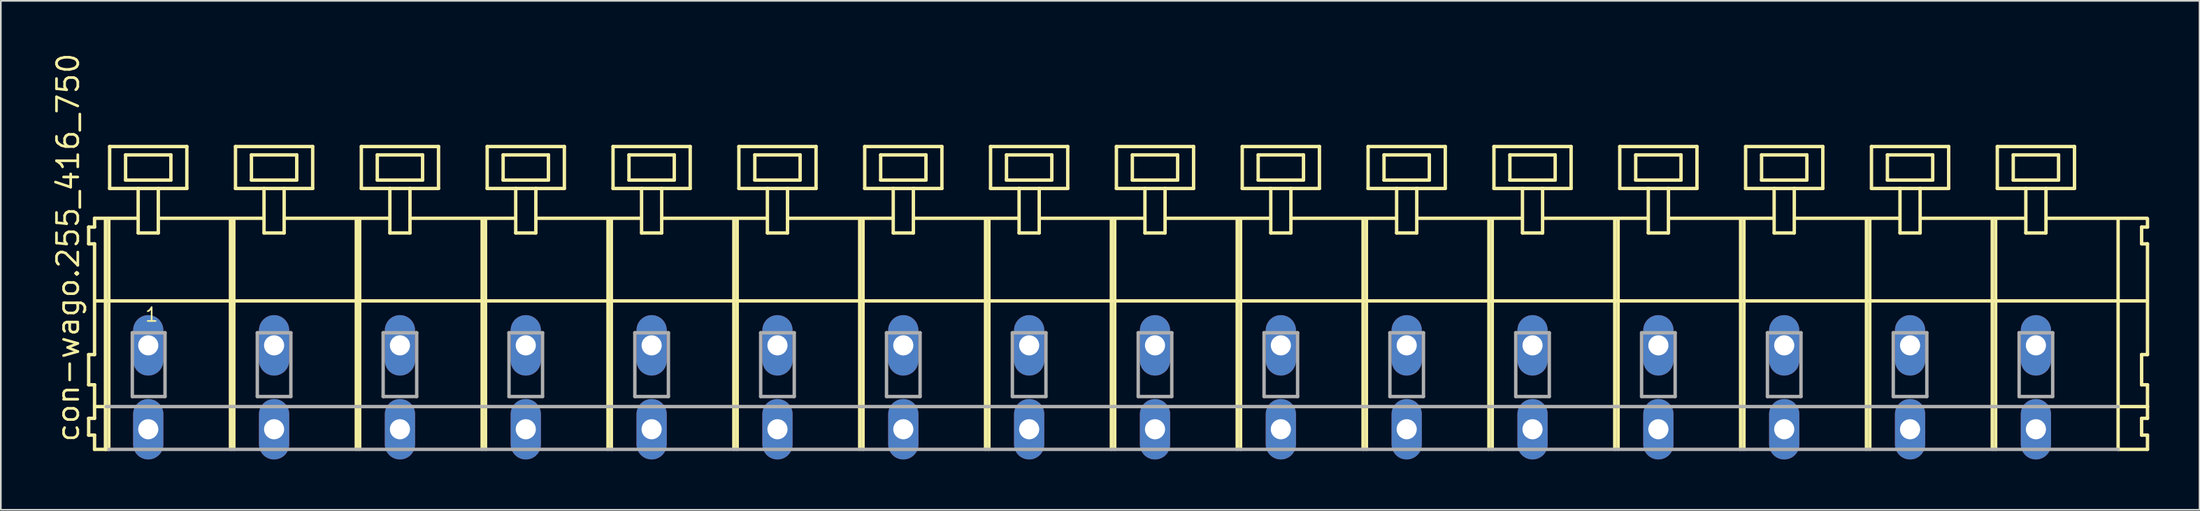
<source format=kicad_pcb>
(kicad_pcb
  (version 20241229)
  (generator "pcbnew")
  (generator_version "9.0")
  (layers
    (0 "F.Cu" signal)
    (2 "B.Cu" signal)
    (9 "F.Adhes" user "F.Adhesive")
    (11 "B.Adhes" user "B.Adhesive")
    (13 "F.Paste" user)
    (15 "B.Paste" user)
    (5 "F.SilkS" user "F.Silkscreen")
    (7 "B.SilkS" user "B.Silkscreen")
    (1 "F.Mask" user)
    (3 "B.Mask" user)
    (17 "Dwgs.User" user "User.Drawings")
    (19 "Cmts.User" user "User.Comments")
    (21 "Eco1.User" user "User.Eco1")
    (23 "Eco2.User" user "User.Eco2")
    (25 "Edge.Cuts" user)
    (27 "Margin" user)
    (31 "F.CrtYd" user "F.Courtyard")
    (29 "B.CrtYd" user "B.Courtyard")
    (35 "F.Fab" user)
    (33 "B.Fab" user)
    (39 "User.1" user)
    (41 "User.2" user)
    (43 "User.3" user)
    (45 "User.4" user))
  (footprint "con-wago.255_416_750"
    (layer "F.Cu")
    (at 63.285 17.533)
    (property "Reference" "con-wago.255_416_750" (at -61.535 5.855 90) (layer "F.SilkS") (effects (font (size 1.27 1.27) (thickness 0.16)) (justify left bottom)))
    (attr through_hole)
    (fp_line (start -61.05 -7.05) (end -61.05 -6.05) (stroke (width 0.203) (type default)) (layer "F.SilkS"))
    (fp_line (start -61.05 -6.05) (end -60.7 -6.05) (stroke (width 0.203) (type default)) (layer "F.SilkS"))
    (fp_line (start -61.05 0.55) (end -61.05 2.35) (stroke (width 0.203) (type default)) (layer "F.SilkS"))
    (fp_line (start -61.05 2.35) (end -60.7 2.35) (stroke (width 0.203) (type default)) (layer "F.SilkS"))
    (fp_line (start -61.05 4.35) (end -61.05 5.35) (stroke (width 0.203) (type default)) (layer "F.SilkS"))
    (fp_line (start -61.05 5.35) (end -60.7 5.35) (stroke (width 0.203) (type default)) (layer "F.SilkS"))
    (fp_line (start -60.7 -7.575) (end -60.7 -7.05) (stroke (width 0.203) (type default)) (layer "F.SilkS"))
    (fp_line (start -60.7 -7.575) (end -58.125 -7.575) (stroke (width 0.203) (type default)) (layer "F.SilkS"))
    (fp_line (start -60.7 -7.05) (end -61.05 -7.05) (stroke (width 0.203) (type default)) (layer "F.SilkS"))
    (fp_line (start -60.7 -6.05) (end -60.7 0.55) (stroke (width 0.203) (type default)) (layer "F.SilkS"))
    (fp_line (start -60.7 0.55) (end -61.05 0.55) (stroke (width 0.203) (type default)) (layer "F.SilkS"))
    (fp_line (start -60.7 2.35) (end -60.7 4.35) (stroke (width 0.203) (type default)) (layer "F.SilkS"))
    (fp_line (start -60.7 3.65) (end -60 3.65) (stroke (width 0.203) (type default)) (layer "F.SilkS"))
    (fp_line (start -60.7 4.35) (end -61.05 4.35) (stroke (width 0.203) (type default)) (layer "F.SilkS"))
    (fp_line (start -60.7 5.35) (end -60.7 6.2) (stroke (width 0.203) (type default)) (layer "F.SilkS"))
    (fp_line (start -60.7 6.2) (end -60.05 6.2) (stroke (width 0.203) (type default)) (layer "F.SilkS"))
    (fp_line (start -60.65 -2.65) (end 61.6 -2.65) (stroke (width 0.203) (type default)) (layer "F.SilkS"))
    (fp_line (start -60.05 -7.55) (end -60.05 6.2) (stroke (width 0.203) (type default)) (layer "F.SilkS"))
    (fp_line (start -60.05 6.2) (end -59.85 6.2) (stroke (width 0.203) (type default)) (layer "F.SilkS"))
    (fp_line (start -59.85 -7.55) (end -59.85 6.2) (stroke (width 0.203) (type default)) (layer "F.SilkS"))
    (fp_line (start -59.8 -11.85) (end -59.8 -9.35) (stroke (width 0.203) (type default)) (layer "F.SilkS"))
    (fp_line (start -59.8 -9.35) (end -58.1 -9.35) (stroke (width 0.203) (type default)) (layer "F.SilkS"))
    (fp_line (start -58.85 -11.35) (end -58.85 -9.85) (stroke (width 0.203) (type default)) (layer "F.SilkS"))
    (fp_line (start -58.85 -9.85) (end -56.15 -9.85) (stroke (width 0.203) (type default)) (layer "F.SilkS"))
    (fp_line (start -58.1 -9.35) (end -58.1 -6.7) (stroke (width 0.203) (type default)) (layer "F.SilkS"))
    (fp_line (start -58.1 -9.35) (end -56.9 -9.35) (stroke (width 0.203) (type default)) (layer "F.SilkS"))
    (fp_line (start -58.1 -6.7) (end -56.9 -6.7) (stroke (width 0.203) (type default)) (layer "F.SilkS"))
    (fp_line (start -56.9 -9.35) (end -55.2 -9.35) (stroke (width 0.203) (type default)) (layer "F.SilkS"))
    (fp_line (start -56.9 -6.7) (end -56.9 -9.35) (stroke (width 0.203) (type default)) (layer "F.SilkS"))
    (fp_line (start -56.825 -7.575) (end -50.625 -7.575) (stroke (width 0.203) (type default)) (layer "F.SilkS"))
    (fp_line (start -56.15 -11.35) (end -58.85 -11.35) (stroke (width 0.203) (type default)) (layer "F.SilkS"))
    (fp_line (start -56.15 -9.85) (end -56.15 -11.35) (stroke (width 0.203) (type default)) (layer "F.SilkS"))
    (fp_line (start -55.2 -11.85) (end -59.8 -11.85) (stroke (width 0.203) (type default)) (layer "F.SilkS"))
    (fp_line (start -55.2 -9.35) (end -55.2 -11.85) (stroke (width 0.203) (type default)) (layer "F.SilkS"))
    (fp_line (start -52.6 -7.55) (end -52.6 6.2) (stroke (width 0.203) (type default)) (layer "F.SilkS"))
    (fp_line (start -52.4 -7.55) (end -52.4 6.2) (stroke (width 0.203) (type default)) (layer "F.SilkS"))
    (fp_line (start -52.3 -11.85) (end -52.3 -9.35) (stroke (width 0.203) (type default)) (layer "F.SilkS"))
    (fp_line (start -52.3 -9.35) (end -50.6 -9.35) (stroke (width 0.203) (type default)) (layer "F.SilkS"))
    (fp_line (start -51.35 -11.35) (end -51.35 -9.85) (stroke (width 0.203) (type default)) (layer "F.SilkS"))
    (fp_line (start -51.35 -9.85) (end -48.65 -9.85) (stroke (width 0.203) (type default)) (layer "F.SilkS"))
    (fp_line (start -50.6 -9.35) (end -50.6 -6.7) (stroke (width 0.203) (type default)) (layer "F.SilkS"))
    (fp_line (start -50.6 -9.35) (end -49.4 -9.35) (stroke (width 0.203) (type default)) (layer "F.SilkS"))
    (fp_line (start -50.6 -6.7) (end -49.4 -6.7) (stroke (width 0.203) (type default)) (layer "F.SilkS"))
    (fp_line (start -49.4 -9.35) (end -47.7 -9.35) (stroke (width 0.203) (type default)) (layer "F.SilkS"))
    (fp_line (start -49.4 -6.7) (end -49.4 -9.35) (stroke (width 0.203) (type default)) (layer "F.SilkS"))
    (fp_line (start -49.325 -7.575) (end -43.125 -7.575) (stroke (width 0.203) (type default)) (layer "F.SilkS"))
    (fp_line (start -48.65 -11.35) (end -51.35 -11.35) (stroke (width 0.203) (type default)) (layer "F.SilkS"))
    (fp_line (start -48.65 -9.85) (end -48.65 -11.35) (stroke (width 0.203) (type default)) (layer "F.SilkS"))
    (fp_line (start -47.7 -11.85) (end -52.3 -11.85) (stroke (width 0.203) (type default)) (layer "F.SilkS"))
    (fp_line (start -47.7 -9.35) (end -47.7 -11.85) (stroke (width 0.203) (type default)) (layer "F.SilkS"))
    (fp_line (start -45.1 -7.55) (end -45.1 6.2) (stroke (width 0.203) (type default)) (layer "F.SilkS"))
    (fp_line (start -44.9 -7.55) (end -44.9 6.2) (stroke (width 0.203) (type default)) (layer "F.SilkS"))
    (fp_line (start -44.8 -11.85) (end -44.8 -9.35) (stroke (width 0.203) (type default)) (layer "F.SilkS"))
    (fp_line (start -44.8 -9.35) (end -43.1 -9.35) (stroke (width 0.203) (type default)) (layer "F.SilkS"))
    (fp_line (start -43.85 -11.35) (end -43.85 -9.85) (stroke (width 0.203) (type default)) (layer "F.SilkS"))
    (fp_line (start -43.85 -9.85) (end -41.15 -9.85) (stroke (width 0.203) (type default)) (layer "F.SilkS"))
    (fp_line (start -43.1 -9.35) (end -43.1 -6.7) (stroke (width 0.203) (type default)) (layer "F.SilkS"))
    (fp_line (start -43.1 -9.35) (end -41.9 -9.35) (stroke (width 0.203) (type default)) (layer "F.SilkS"))
    (fp_line (start -43.1 -6.7) (end -41.9 -6.7) (stroke (width 0.203) (type default)) (layer "F.SilkS"))
    (fp_line (start -41.9 -9.35) (end -40.2 -9.35) (stroke (width 0.203) (type default)) (layer "F.SilkS"))
    (fp_line (start -41.9 -6.7) (end -41.9 -9.35) (stroke (width 0.203) (type default)) (layer "F.SilkS"))
    (fp_line (start -41.825 -7.575) (end -35.625 -7.575) (stroke (width 0.203) (type default)) (layer "F.SilkS"))
    (fp_line (start -41.15 -11.35) (end -43.85 -11.35) (stroke (width 0.203) (type default)) (layer "F.SilkS"))
    (fp_line (start -41.15 -9.85) (end -41.15 -11.35) (stroke (width 0.203) (type default)) (layer "F.SilkS"))
    (fp_line (start -40.2 -11.85) (end -44.8 -11.85) (stroke (width 0.203) (type default)) (layer "F.SilkS"))
    (fp_line (start -40.2 -9.35) (end -40.2 -11.85) (stroke (width 0.203) (type default)) (layer "F.SilkS"))
    (fp_line (start -37.6 -7.55) (end -37.6 6.2) (stroke (width 0.203) (type default)) (layer "F.SilkS"))
    (fp_line (start -37.4 -7.55) (end -37.4 6.2) (stroke (width 0.203) (type default)) (layer "F.SilkS"))
    (fp_line (start -37.3 -11.85) (end -37.3 -9.35) (stroke (width 0.203) (type default)) (layer "F.SilkS"))
    (fp_line (start -37.3 -9.35) (end -35.6 -9.35) (stroke (width 0.203) (type default)) (layer "F.SilkS"))
    (fp_line (start -36.35 -11.35) (end -36.35 -9.85) (stroke (width 0.203) (type default)) (layer "F.SilkS"))
    (fp_line (start -36.35 -9.85) (end -33.65 -9.85) (stroke (width 0.203) (type default)) (layer "F.SilkS"))
    (fp_line (start -35.6 -9.35) (end -35.6 -6.7) (stroke (width 0.203) (type default)) (layer "F.SilkS"))
    (fp_line (start -35.6 -9.35) (end -34.4 -9.35) (stroke (width 0.203) (type default)) (layer "F.SilkS"))
    (fp_line (start -35.6 -6.7) (end -34.4 -6.7) (stroke (width 0.203) (type default)) (layer "F.SilkS"))
    (fp_line (start -34.4 -9.35) (end -32.7 -9.35) (stroke (width 0.203) (type default)) (layer "F.SilkS"))
    (fp_line (start -34.4 -6.7) (end -34.4 -9.35) (stroke (width 0.203) (type default)) (layer "F.SilkS"))
    (fp_line (start -34.325 -7.575) (end -28.125 -7.575) (stroke (width 0.203) (type default)) (layer "F.SilkS"))
    (fp_line (start -33.65 -11.35) (end -36.35 -11.35) (stroke (width 0.203) (type default)) (layer "F.SilkS"))
    (fp_line (start -33.65 -9.85) (end -33.65 -11.35) (stroke (width 0.203) (type default)) (layer "F.SilkS"))
    (fp_line (start -32.7 -11.85) (end -37.3 -11.85) (stroke (width 0.203) (type default)) (layer "F.SilkS"))
    (fp_line (start -32.7 -9.35) (end -32.7 -11.85) (stroke (width 0.203) (type default)) (layer "F.SilkS"))
    (fp_line (start -30.1 -7.55) (end -30.1 6.2) (stroke (width 0.203) (type default)) (layer "F.SilkS"))
    (fp_line (start -29.9 -7.55) (end -29.9 6.2) (stroke (width 0.203) (type default)) (layer "F.SilkS"))
    (fp_line (start -29.8 -11.85) (end -29.8 -9.35) (stroke (width 0.203) (type default)) (layer "F.SilkS"))
    (fp_line (start -29.8 -9.35) (end -28.1 -9.35) (stroke (width 0.203) (type default)) (layer "F.SilkS"))
    (fp_line (start -28.85 -11.35) (end -28.85 -9.85) (stroke (width 0.203) (type default)) (layer "F.SilkS"))
    (fp_line (start -28.85 -9.85) (end -26.15 -9.85) (stroke (width 0.203) (type default)) (layer "F.SilkS"))
    (fp_line (start -28.1 -9.35) (end -28.1 -6.7) (stroke (width 0.203) (type default)) (layer "F.SilkS"))
    (fp_line (start -28.1 -9.35) (end -26.9 -9.35) (stroke (width 0.203) (type default)) (layer "F.SilkS"))
    (fp_line (start -28.1 -6.7) (end -26.9 -6.7) (stroke (width 0.203) (type default)) (layer "F.SilkS"))
    (fp_line (start -26.9 -9.35) (end -25.2 -9.35) (stroke (width 0.203) (type default)) (layer "F.SilkS"))
    (fp_line (start -26.9 -6.7) (end -26.9 -9.35) (stroke (width 0.203) (type default)) (layer "F.SilkS"))
    (fp_line (start -26.825 -7.575) (end -20.625 -7.575) (stroke (width 0.203) (type default)) (layer "F.SilkS"))
    (fp_line (start -26.15 -11.35) (end -28.85 -11.35) (stroke (width 0.203) (type default)) (layer "F.SilkS"))
    (fp_line (start -26.15 -9.85) (end -26.15 -11.35) (stroke (width 0.203) (type default)) (layer "F.SilkS"))
    (fp_line (start -25.2 -11.85) (end -29.8 -11.85) (stroke (width 0.203) (type default)) (layer "F.SilkS"))
    (fp_line (start -25.2 -9.35) (end -25.2 -11.85) (stroke (width 0.203) (type default)) (layer "F.SilkS"))
    (fp_line (start -22.6 -7.55) (end -22.6 6.2) (stroke (width 0.203) (type default)) (layer "F.SilkS"))
    (fp_line (start -22.4 -7.55) (end -22.4 6.2) (stroke (width 0.203) (type default)) (layer "F.SilkS"))
    (fp_line (start -22.3 -11.85) (end -22.3 -9.35) (stroke (width 0.203) (type default)) (layer "F.SilkS"))
    (fp_line (start -22.3 -9.35) (end -20.6 -9.35) (stroke (width 0.203) (type default)) (layer "F.SilkS"))
    (fp_line (start -21.35 -11.35) (end -21.35 -9.85) (stroke (width 0.203) (type default)) (layer "F.SilkS"))
    (fp_line (start -21.35 -9.85) (end -18.65 -9.85) (stroke (width 0.203) (type default)) (layer "F.SilkS"))
    (fp_line (start -20.6 -9.35) (end -20.6 -6.7) (stroke (width 0.203) (type default)) (layer "F.SilkS"))
    (fp_line (start -20.6 -9.35) (end -19.4 -9.35) (stroke (width 0.203) (type default)) (layer "F.SilkS"))
    (fp_line (start -20.6 -6.7) (end -19.4 -6.7) (stroke (width 0.203) (type default)) (layer "F.SilkS"))
    (fp_line (start -19.4 -9.35) (end -17.7 -9.35) (stroke (width 0.203) (type default)) (layer "F.SilkS"))
    (fp_line (start -19.4 -6.7) (end -19.4 -9.35) (stroke (width 0.203) (type default)) (layer "F.SilkS"))
    (fp_line (start -19.325 -7.575) (end -13.125 -7.575) (stroke (width 0.203) (type default)) (layer "F.SilkS"))
    (fp_line (start -18.65 -11.35) (end -21.35 -11.35) (stroke (width 0.203) (type default)) (layer "F.SilkS"))
    (fp_line (start -18.65 -9.85) (end -18.65 -11.35) (stroke (width 0.203) (type default)) (layer "F.SilkS"))
    (fp_line (start -17.7 -11.85) (end -22.3 -11.85) (stroke (width 0.203) (type default)) (layer "F.SilkS"))
    (fp_line (start -17.7 -9.35) (end -17.7 -11.85) (stroke (width 0.203) (type default)) (layer "F.SilkS"))
    (fp_line (start -15.1 -7.55) (end -15.1 6.2) (stroke (width 0.203) (type default)) (layer "F.SilkS"))
    (fp_line (start -14.9 -7.55) (end -14.9 6.2) (stroke (width 0.203) (type default)) (layer "F.SilkS"))
    (fp_line (start -14.8 -11.85) (end -14.8 -9.35) (stroke (width 0.203) (type default)) (layer "F.SilkS"))
    (fp_line (start -14.8 -9.35) (end -13.1 -9.35) (stroke (width 0.203) (type default)) (layer "F.SilkS"))
    (fp_line (start -13.85 -11.35) (end -13.85 -9.85) (stroke (width 0.203) (type default)) (layer "F.SilkS"))
    (fp_line (start -13.85 -9.85) (end -11.15 -9.85) (stroke (width 0.203) (type default)) (layer "F.SilkS"))
    (fp_line (start -13.1 -9.35) (end -13.1 -6.7) (stroke (width 0.203) (type default)) (layer "F.SilkS"))
    (fp_line (start -13.1 -9.35) (end -11.9 -9.35) (stroke (width 0.203) (type default)) (layer "F.SilkS"))
    (fp_line (start -13.1 -6.7) (end -11.9 -6.7) (stroke (width 0.203) (type default)) (layer "F.SilkS"))
    (fp_line (start -11.9 -9.35) (end -10.2 -9.35) (stroke (width 0.203) (type default)) (layer "F.SilkS"))
    (fp_line (start -11.9 -6.7) (end -11.9 -9.35) (stroke (width 0.203) (type default)) (layer "F.SilkS"))
    (fp_line (start -11.825 -7.575) (end -5.625 -7.575) (stroke (width 0.203) (type default)) (layer "F.SilkS"))
    (fp_line (start -11.15 -11.35) (end -13.85 -11.35) (stroke (width 0.203) (type default)) (layer "F.SilkS"))
    (fp_line (start -11.15 -9.85) (end -11.15 -11.35) (stroke (width 0.203) (type default)) (layer "F.SilkS"))
    (fp_line (start -10.2 -11.85) (end -14.8 -11.85) (stroke (width 0.203) (type default)) (layer "F.SilkS"))
    (fp_line (start -10.2 -9.35) (end -10.2 -11.85) (stroke (width 0.203) (type default)) (layer "F.SilkS"))
    (fp_line (start -7.6 -7.55) (end -7.6 6.2) (stroke (width 0.203) (type default)) (layer "F.SilkS"))
    (fp_line (start -7.4 -7.55) (end -7.4 6.2) (stroke (width 0.203) (type default)) (layer "F.SilkS"))
    (fp_line (start -7.3 -11.85) (end -7.3 -9.35) (stroke (width 0.203) (type default)) (layer "F.SilkS"))
    (fp_line (start -7.3 -9.35) (end -5.6 -9.35) (stroke (width 0.203) (type default)) (layer "F.SilkS"))
    (fp_line (start -6.35 -11.35) (end -6.35 -9.85) (stroke (width 0.203) (type default)) (layer "F.SilkS"))
    (fp_line (start -6.35 -9.85) (end -3.65 -9.85) (stroke (width 0.203) (type default)) (layer "F.SilkS"))
    (fp_line (start -5.6 -9.35) (end -5.6 -6.7) (stroke (width 0.203) (type default)) (layer "F.SilkS"))
    (fp_line (start -5.6 -9.35) (end -4.4 -9.35) (stroke (width 0.203) (type default)) (layer "F.SilkS"))
    (fp_line (start -5.6 -6.7) (end -4.4 -6.7) (stroke (width 0.203) (type default)) (layer "F.SilkS"))
    (fp_line (start -4.4 -9.35) (end -2.7 -9.35) (stroke (width 0.203) (type default)) (layer "F.SilkS"))
    (fp_line (start -4.4 -6.7) (end -4.4 -9.35) (stroke (width 0.203) (type default)) (layer "F.SilkS"))
    (fp_line (start -4.325 -7.575) (end 1.875 -7.575) (stroke (width 0.203) (type default)) (layer "F.SilkS"))
    (fp_line (start -3.65 -11.35) (end -6.35 -11.35) (stroke (width 0.203) (type default)) (layer "F.SilkS"))
    (fp_line (start -3.65 -9.85) (end -3.65 -11.35) (stroke (width 0.203) (type default)) (layer "F.SilkS"))
    (fp_line (start -2.7 -11.85) (end -7.3 -11.85) (stroke (width 0.203) (type default)) (layer "F.SilkS"))
    (fp_line (start -2.7 -9.35) (end -2.7 -11.85) (stroke (width 0.203) (type default)) (layer "F.SilkS"))
    (fp_line (start -0.1 -7.55) (end -0.1 6.2) (stroke (width 0.203) (type default)) (layer "F.SilkS"))
    (fp_line (start 0.1 -7.55) (end 0.1 6.2) (stroke (width 0.203) (type default)) (layer "F.SilkS"))
    (fp_line (start 0.2 -11.85) (end 0.2 -9.35) (stroke (width 0.203) (type default)) (layer "F.SilkS"))
    (fp_line (start 0.2 -9.35) (end 1.9 -9.35) (stroke (width 0.203) (type default)) (layer "F.SilkS"))
    (fp_line (start 1.15 -11.35) (end 1.15 -9.85) (stroke (width 0.203) (type default)) (layer "F.SilkS"))
    (fp_line (start 1.15 -9.85) (end 3.85 -9.85) (stroke (width 0.203) (type default)) (layer "F.SilkS"))
    (fp_line (start 1.9 -9.35) (end 1.9 -6.7) (stroke (width 0.203) (type default)) (layer "F.SilkS"))
    (fp_line (start 1.9 -9.35) (end 3.1 -9.35) (stroke (width 0.203) (type default)) (layer "F.SilkS"))
    (fp_line (start 1.9 -6.7) (end 3.1 -6.7) (stroke (width 0.203) (type default)) (layer "F.SilkS"))
    (fp_line (start 3.1 -9.35) (end 4.8 -9.35) (stroke (width 0.203) (type default)) (layer "F.SilkS"))
    (fp_line (start 3.1 -6.7) (end 3.1 -9.35) (stroke (width 0.203) (type default)) (layer "F.SilkS"))
    (fp_line (start 3.175 -7.575) (end 9.375 -7.575) (stroke (width 0.203) (type default)) (layer "F.SilkS"))
    (fp_line (start 3.85 -11.35) (end 1.15 -11.35) (stroke (width 0.203) (type default)) (layer "F.SilkS"))
    (fp_line (start 3.85 -9.85) (end 3.85 -11.35) (stroke (width 0.203) (type default)) (layer "F.SilkS"))
    (fp_line (start 4.8 -11.85) (end 0.2 -11.85) (stroke (width 0.203) (type default)) (layer "F.SilkS"))
    (fp_line (start 4.8 -9.35) (end 4.8 -11.85) (stroke (width 0.203) (type default)) (layer "F.SilkS"))
    (fp_line (start 7.4 -7.55) (end 7.4 6.2) (stroke (width 0.203) (type default)) (layer "F.SilkS"))
    (fp_line (start 7.6 -7.55) (end 7.6 6.2) (stroke (width 0.203) (type default)) (layer "F.SilkS"))
    (fp_line (start 7.7 -11.85) (end 7.7 -9.35) (stroke (width 0.203) (type default)) (layer "F.SilkS"))
    (fp_line (start 7.7 -9.35) (end 9.4 -9.35) (stroke (width 0.203) (type default)) (layer "F.SilkS"))
    (fp_line (start 8.65 -11.35) (end 8.65 -9.85) (stroke (width 0.203) (type default)) (layer "F.SilkS"))
    (fp_line (start 8.65 -9.85) (end 11.35 -9.85) (stroke (width 0.203) (type default)) (layer "F.SilkS"))
    (fp_line (start 9.4 -9.35) (end 9.4 -6.7) (stroke (width 0.203) (type default)) (layer "F.SilkS"))
    (fp_line (start 9.4 -9.35) (end 10.6 -9.35) (stroke (width 0.203) (type default)) (layer "F.SilkS"))
    (fp_line (start 9.4 -6.7) (end 10.6 -6.7) (stroke (width 0.203) (type default)) (layer "F.SilkS"))
    (fp_line (start 10.6 -9.35) (end 12.3 -9.35) (stroke (width 0.203) (type default)) (layer "F.SilkS"))
    (fp_line (start 10.6 -6.7) (end 10.6 -9.35) (stroke (width 0.203) (type default)) (layer "F.SilkS"))
    (fp_line (start 10.675 -7.575) (end 16.875 -7.575) (stroke (width 0.203) (type default)) (layer "F.SilkS"))
    (fp_line (start 11.35 -11.35) (end 8.65 -11.35) (stroke (width 0.203) (type default)) (layer "F.SilkS"))
    (fp_line (start 11.35 -9.85) (end 11.35 -11.35) (stroke (width 0.203) (type default)) (layer "F.SilkS"))
    (fp_line (start 12.3 -11.85) (end 7.7 -11.85) (stroke (width 0.203) (type default)) (layer "F.SilkS"))
    (fp_line (start 12.3 -9.35) (end 12.3 -11.85) (stroke (width 0.203) (type default)) (layer "F.SilkS"))
    (fp_line (start 14.9 -7.55) (end 14.9 6.2) (stroke (width 0.203) (type default)) (layer "F.SilkS"))
    (fp_line (start 15.1 -7.55) (end 15.1 6.2) (stroke (width 0.203) (type default)) (layer "F.SilkS"))
    (fp_line (start 15.2 -11.85) (end 15.2 -9.35) (stroke (width 0.203) (type default)) (layer "F.SilkS"))
    (fp_line (start 15.2 -9.35) (end 16.9 -9.35) (stroke (width 0.203) (type default)) (layer "F.SilkS"))
    (fp_line (start 16.15 -11.35) (end 16.15 -9.85) (stroke (width 0.203) (type default)) (layer "F.SilkS"))
    (fp_line (start 16.15 -9.85) (end 18.85 -9.85) (stroke (width 0.203) (type default)) (layer "F.SilkS"))
    (fp_line (start 16.9 -9.35) (end 16.9 -6.7) (stroke (width 0.203) (type default)) (layer "F.SilkS"))
    (fp_line (start 16.9 -9.35) (end 18.1 -9.35) (stroke (width 0.203) (type default)) (layer "F.SilkS"))
    (fp_line (start 16.9 -6.7) (end 18.1 -6.7) (stroke (width 0.203) (type default)) (layer "F.SilkS"))
    (fp_line (start 18.1 -9.35) (end 19.8 -9.35) (stroke (width 0.203) (type default)) (layer "F.SilkS"))
    (fp_line (start 18.1 -6.7) (end 18.1 -9.35) (stroke (width 0.203) (type default)) (layer "F.SilkS"))
    (fp_line (start 18.175 -7.575) (end 24.375 -7.575) (stroke (width 0.203) (type default)) (layer "F.SilkS"))
    (fp_line (start 18.85 -11.35) (end 16.15 -11.35) (stroke (width 0.203) (type default)) (layer "F.SilkS"))
    (fp_line (start 18.85 -9.85) (end 18.85 -11.35) (stroke (width 0.203) (type default)) (layer "F.SilkS"))
    (fp_line (start 19.8 -11.85) (end 15.2 -11.85) (stroke (width 0.203) (type default)) (layer "F.SilkS"))
    (fp_line (start 19.8 -9.35) (end 19.8 -11.85) (stroke (width 0.203) (type default)) (layer "F.SilkS"))
    (fp_line (start 22.4 -7.55) (end 22.4 6.2) (stroke (width 0.203) (type default)) (layer "F.SilkS"))
    (fp_line (start 22.6 -7.55) (end 22.6 6.2) (stroke (width 0.203) (type default)) (layer "F.SilkS"))
    (fp_line (start 22.7 -11.85) (end 22.7 -9.35) (stroke (width 0.203) (type default)) (layer "F.SilkS"))
    (fp_line (start 22.7 -9.35) (end 24.4 -9.35) (stroke (width 0.203) (type default)) (layer "F.SilkS"))
    (fp_line (start 23.65 -11.35) (end 23.65 -9.85) (stroke (width 0.203) (type default)) (layer "F.SilkS"))
    (fp_line (start 23.65 -9.85) (end 26.35 -9.85) (stroke (width 0.203) (type default)) (layer "F.SilkS"))
    (fp_line (start 24.4 -9.35) (end 24.4 -6.7) (stroke (width 0.203) (type default)) (layer "F.SilkS"))
    (fp_line (start 24.4 -9.35) (end 25.6 -9.35) (stroke (width 0.203) (type default)) (layer "F.SilkS"))
    (fp_line (start 24.4 -6.7) (end 25.6 -6.7) (stroke (width 0.203) (type default)) (layer "F.SilkS"))
    (fp_line (start 25.6 -9.35) (end 27.3 -9.35) (stroke (width 0.203) (type default)) (layer "F.SilkS"))
    (fp_line (start 25.6 -6.7) (end 25.6 -9.35) (stroke (width 0.203) (type default)) (layer "F.SilkS"))
    (fp_line (start 25.675 -7.575) (end 31.875 -7.575) (stroke (width 0.203) (type default)) (layer "F.SilkS"))
    (fp_line (start 26.35 -11.35) (end 23.65 -11.35) (stroke (width 0.203) (type default)) (layer "F.SilkS"))
    (fp_line (start 26.35 -9.85) (end 26.35 -11.35) (stroke (width 0.203) (type default)) (layer "F.SilkS"))
    (fp_line (start 27.3 -11.85) (end 22.7 -11.85) (stroke (width 0.203) (type default)) (layer "F.SilkS"))
    (fp_line (start 27.3 -9.35) (end 27.3 -11.85) (stroke (width 0.203) (type default)) (layer "F.SilkS"))
    (fp_line (start 29.9 -7.55) (end 29.9 6.2) (stroke (width 0.203) (type default)) (layer "F.SilkS"))
    (fp_line (start 30.1 -7.55) (end 30.1 6.2) (stroke (width 0.203) (type default)) (layer "F.SilkS"))
    (fp_line (start 30.2 -11.85) (end 30.2 -9.35) (stroke (width 0.203) (type default)) (layer "F.SilkS"))
    (fp_line (start 30.2 -9.35) (end 31.9 -9.35) (stroke (width 0.203) (type default)) (layer "F.SilkS"))
    (fp_line (start 31.15 -11.35) (end 31.15 -9.85) (stroke (width 0.203) (type default)) (layer "F.SilkS"))
    (fp_line (start 31.15 -9.85) (end 33.85 -9.85) (stroke (width 0.203) (type default)) (layer "F.SilkS"))
    (fp_line (start 31.9 -9.35) (end 31.9 -6.7) (stroke (width 0.203) (type default)) (layer "F.SilkS"))
    (fp_line (start 31.9 -9.35) (end 33.1 -9.35) (stroke (width 0.203) (type default)) (layer "F.SilkS"))
    (fp_line (start 31.9 -6.7) (end 33.1 -6.7) (stroke (width 0.203) (type default)) (layer "F.SilkS"))
    (fp_line (start 33.1 -9.35) (end 34.8 -9.35) (stroke (width 0.203) (type default)) (layer "F.SilkS"))
    (fp_line (start 33.1 -6.7) (end 33.1 -9.35) (stroke (width 0.203) (type default)) (layer "F.SilkS"))
    (fp_line (start 33.175 -7.575) (end 39.375 -7.575) (stroke (width 0.203) (type default)) (layer "F.SilkS"))
    (fp_line (start 33.85 -11.35) (end 31.15 -11.35) (stroke (width 0.203) (type default)) (layer "F.SilkS"))
    (fp_line (start 33.85 -9.85) (end 33.85 -11.35) (stroke (width 0.203) (type default)) (layer "F.SilkS"))
    (fp_line (start 34.8 -11.85) (end 30.2 -11.85) (stroke (width 0.203) (type default)) (layer "F.SilkS"))
    (fp_line (start 34.8 -9.35) (end 34.8 -11.85) (stroke (width 0.203) (type default)) (layer "F.SilkS"))
    (fp_line (start 37.4 -7.55) (end 37.4 6.2) (stroke (width 0.203) (type default)) (layer "F.SilkS"))
    (fp_line (start 37.6 -7.55) (end 37.6 6.2) (stroke (width 0.203) (type default)) (layer "F.SilkS"))
    (fp_line (start 37.7 -11.85) (end 37.7 -9.35) (stroke (width 0.203) (type default)) (layer "F.SilkS"))
    (fp_line (start 37.7 -9.35) (end 39.4 -9.35) (stroke (width 0.203) (type default)) (layer "F.SilkS"))
    (fp_line (start 38.65 -11.35) (end 38.65 -9.85) (stroke (width 0.203) (type default)) (layer "F.SilkS"))
    (fp_line (start 38.65 -9.85) (end 41.35 -9.85) (stroke (width 0.203) (type default)) (layer "F.SilkS"))
    (fp_line (start 39.4 -9.35) (end 39.4 -6.7) (stroke (width 0.203) (type default)) (layer "F.SilkS"))
    (fp_line (start 39.4 -9.35) (end 40.6 -9.35) (stroke (width 0.203) (type default)) (layer "F.SilkS"))
    (fp_line (start 39.4 -6.7) (end 40.6 -6.7) (stroke (width 0.203) (type default)) (layer "F.SilkS"))
    (fp_line (start 40.6 -9.35) (end 42.3 -9.35) (stroke (width 0.203) (type default)) (layer "F.SilkS"))
    (fp_line (start 40.6 -6.7) (end 40.6 -9.35) (stroke (width 0.203) (type default)) (layer "F.SilkS"))
    (fp_line (start 40.675 -7.575) (end 46.875 -7.575) (stroke (width 0.203) (type default)) (layer "F.SilkS"))
    (fp_line (start 41.35 -11.35) (end 38.65 -11.35) (stroke (width 0.203) (type default)) (layer "F.SilkS"))
    (fp_line (start 41.35 -9.85) (end 41.35 -11.35) (stroke (width 0.203) (type default)) (layer "F.SilkS"))
    (fp_line (start 42.3 -11.85) (end 37.7 -11.85) (stroke (width 0.203) (type default)) (layer "F.SilkS"))
    (fp_line (start 42.3 -9.35) (end 42.3 -11.85) (stroke (width 0.203) (type default)) (layer "F.SilkS"))
    (fp_line (start 44.9 -7.55) (end 44.9 6.2) (stroke (width 0.203) (type default)) (layer "F.SilkS"))
    (fp_line (start 45.1 -7.55) (end 45.1 6.2) (stroke (width 0.203) (type default)) (layer "F.SilkS"))
    (fp_line (start 45.2 -11.85) (end 45.2 -9.35) (stroke (width 0.203) (type default)) (layer "F.SilkS"))
    (fp_line (start 45.2 -9.35) (end 46.9 -9.35) (stroke (width 0.203) (type default)) (layer "F.SilkS"))
    (fp_line (start 46.15 -11.35) (end 46.15 -9.85) (stroke (width 0.203) (type default)) (layer "F.SilkS"))
    (fp_line (start 46.15 -9.85) (end 48.85 -9.85) (stroke (width 0.203) (type default)) (layer "F.SilkS"))
    (fp_line (start 46.9 -9.35) (end 46.9 -6.7) (stroke (width 0.203) (type default)) (layer "F.SilkS"))
    (fp_line (start 46.9 -9.35) (end 48.1 -9.35) (stroke (width 0.203) (type default)) (layer "F.SilkS"))
    (fp_line (start 46.9 -6.7) (end 48.1 -6.7) (stroke (width 0.203) (type default)) (layer "F.SilkS"))
    (fp_line (start 48.1 -9.35) (end 49.8 -9.35) (stroke (width 0.203) (type default)) (layer "F.SilkS"))
    (fp_line (start 48.1 -6.7) (end 48.1 -9.35) (stroke (width 0.203) (type default)) (layer "F.SilkS"))
    (fp_line (start 48.175 -7.575) (end 54.375 -7.575) (stroke (width 0.203) (type default)) (layer "F.SilkS"))
    (fp_line (start 48.85 -11.35) (end 46.15 -11.35) (stroke (width 0.203) (type default)) (layer "F.SilkS"))
    (fp_line (start 48.85 -9.85) (end 48.85 -11.35) (stroke (width 0.203) (type default)) (layer "F.SilkS"))
    (fp_line (start 49.8 -11.85) (end 45.2 -11.85) (stroke (width 0.203) (type default)) (layer "F.SilkS"))
    (fp_line (start 49.8 -9.35) (end 49.8 -11.85) (stroke (width 0.203) (type default)) (layer "F.SilkS"))
    (fp_line (start 52.4 -7.55) (end 52.4 6.2) (stroke (width 0.203) (type default)) (layer "F.SilkS"))
    (fp_line (start 52.6 -7.55) (end 52.6 6.2) (stroke (width 0.203) (type default)) (layer "F.SilkS"))
    (fp_line (start 52.7 -11.85) (end 52.7 -9.35) (stroke (width 0.203) (type default)) (layer "F.SilkS"))
    (fp_line (start 52.7 -9.35) (end 54.4 -9.35) (stroke (width 0.203) (type default)) (layer "F.SilkS"))
    (fp_line (start 53.65 -11.35) (end 53.65 -9.85) (stroke (width 0.203) (type default)) (layer "F.SilkS"))
    (fp_line (start 53.65 -9.85) (end 56.35 -9.85) (stroke (width 0.203) (type default)) (layer "F.SilkS"))
    (fp_line (start 54.4 -9.35) (end 54.4 -6.7) (stroke (width 0.203) (type default)) (layer "F.SilkS"))
    (fp_line (start 54.4 -9.35) (end 55.6 -9.35) (stroke (width 0.203) (type default)) (layer "F.SilkS"))
    (fp_line (start 54.4 -6.7) (end 55.6 -6.7) (stroke (width 0.203) (type default)) (layer "F.SilkS"))
    (fp_line (start 55.6 -9.35) (end 57.3 -9.35) (stroke (width 0.203) (type default)) (layer "F.SilkS"))
    (fp_line (start 55.6 -6.7) (end 55.6 -9.35) (stroke (width 0.203) (type default)) (layer "F.SilkS"))
    (fp_line (start 55.625 -7.575) (end 61.625 -7.575) (stroke (width 0.203) (type default)) (layer "F.SilkS"))
    (fp_line (start 56.35 -11.35) (end 53.65 -11.35) (stroke (width 0.203) (type default)) (layer "F.SilkS"))
    (fp_line (start 56.35 -9.85) (end 56.35 -11.35) (stroke (width 0.203) (type default)) (layer "F.SilkS"))
    (fp_line (start 57.3 -11.85) (end 52.7 -11.85) (stroke (width 0.203) (type default)) (layer "F.SilkS"))
    (fp_line (start 57.3 -9.35) (end 57.3 -11.85) (stroke (width 0.203) (type default)) (layer "F.SilkS"))
    (fp_line (start 59.9 -7.55) (end 59.9 6.2) (stroke (width 0.203) (type default)) (layer "F.SilkS"))
    (fp_line (start 59.9 6.2) (end 61.65 6.2) (stroke (width 0.203) (type default)) (layer "F.SilkS"))
    (fp_line (start 59.95 3.65) (end 61.65 3.65) (stroke (width 0.203) (type default)) (layer "F.SilkS"))
    (fp_line (start 61.3 -7.05) (end 61.3 -6.05) (stroke (width 0.203) (type default)) (layer "F.SilkS"))
    (fp_line (start 61.3 -6.05) (end 61.65 -6.05) (stroke (width 0.203) (type default)) (layer "F.SilkS"))
    (fp_line (start 61.3 0.55) (end 61.3 2.35) (stroke (width 0.203) (type default)) (layer "F.SilkS"))
    (fp_line (start 61.3 2.35) (end 61.65 2.35) (stroke (width 0.203) (type default)) (layer "F.SilkS"))
    (fp_line (start 61.3 4.35) (end 61.3 5.35) (stroke (width 0.203) (type default)) (layer "F.SilkS"))
    (fp_line (start 61.3 5.35) (end 61.65 5.35) (stroke (width 0.203) (type default)) (layer "F.SilkS"))
    (fp_line (start 61.65 -7.05) (end 61.3 -7.05) (stroke (width 0.203) (type default)) (layer "F.SilkS"))
    (fp_line (start 61.65 -7.05) (end 61.65 -7.55) (stroke (width 0.203) (type default)) (layer "F.SilkS"))
    (fp_line (start 61.65 0.55) (end 61.3 0.55) (stroke (width 0.203) (type default)) (layer "F.SilkS"))
    (fp_line (start 61.65 0.55) (end 61.65 -6.05) (stroke (width 0.203) (type default)) (layer "F.SilkS"))
    (fp_line (start 61.65 3.65) (end 61.65 2.35) (stroke (width 0.203) (type default)) (layer "F.SilkS"))
    (fp_line (start 61.65 4.35) (end 61.3 4.35) (stroke (width 0.203) (type default)) (layer "F.SilkS"))
    (fp_line (start 61.65 4.35) (end 61.65 3.65) (stroke (width 0.203) (type default)) (layer "F.SilkS"))
    (fp_line (start 61.65 6.2) (end 61.65 5.35) (stroke (width 0.203) (type default)) (layer "F.SilkS"))
    (fp_line (start -60 3.65) (end 59.9 3.65) (stroke (width 0.203) (type default)) (layer "F.Fab"))
    (fp_line (start -59.85 6.2) (end 59.9 6.2) (stroke (width 0.203) (type default)) (layer "F.Fab"))
    (fp_line (start -58.45 -0.75) (end -58.45 3.05) (stroke (width 0.203) (type default)) (layer "F.Fab"))
    (fp_line (start -58.45 3.05) (end -56.5 3.05) (stroke (width 0.203) (type default)) (layer "F.Fab"))
    (fp_line (start -56.5 -0.75) (end -58.45 -0.75) (stroke (width 0.203) (type default)) (layer "F.Fab"))
    (fp_line (start -56.5 3.05) (end -56.5 -0.75) (stroke (width 0.203) (type default)) (layer "F.Fab"))
    (fp_line (start -51 -0.75) (end -51 3.05) (stroke (width 0.203) (type default)) (layer "F.Fab"))
    (fp_line (start -51 3.05) (end -49 3.05) (stroke (width 0.203) (type default)) (layer "F.Fab"))
    (fp_line (start -49 -0.75) (end -51 -0.75) (stroke (width 0.203) (type default)) (layer "F.Fab"))
    (fp_line (start -49 3.05) (end -49 -0.75) (stroke (width 0.203) (type default)) (layer "F.Fab"))
    (fp_line (start -43.5 -0.75) (end -43.5 3.05) (stroke (width 0.203) (type default)) (layer "F.Fab"))
    (fp_line (start -43.5 3.05) (end -41.5 3.05) (stroke (width 0.203) (type default)) (layer "F.Fab"))
    (fp_line (start -41.5 -0.75) (end -43.5 -0.75) (stroke (width 0.203) (type default)) (layer "F.Fab"))
    (fp_line (start -41.5 3.05) (end -41.5 -0.75) (stroke (width 0.203) (type default)) (layer "F.Fab"))
    (fp_line (start -36 -0.75) (end -36 3.05) (stroke (width 0.203) (type default)) (layer "F.Fab"))
    (fp_line (start -36 3.05) (end -34 3.05) (stroke (width 0.203) (type default)) (layer "F.Fab"))
    (fp_line (start -34 -0.75) (end -36 -0.75) (stroke (width 0.203) (type default)) (layer "F.Fab"))
    (fp_line (start -34 3.05) (end -34 -0.75) (stroke (width 0.203) (type default)) (layer "F.Fab"))
    (fp_line (start -28.5 -0.75) (end -28.5 3.05) (stroke (width 0.203) (type default)) (layer "F.Fab"))
    (fp_line (start -28.5 3.05) (end -26.5 3.05) (stroke (width 0.203) (type default)) (layer "F.Fab"))
    (fp_line (start -26.5 -0.75) (end -28.5 -0.75) (stroke (width 0.203) (type default)) (layer "F.Fab"))
    (fp_line (start -26.5 3.05) (end -26.5 -0.75) (stroke (width 0.203) (type default)) (layer "F.Fab"))
    (fp_line (start -21 -0.75) (end -21 3.05) (stroke (width 0.203) (type default)) (layer "F.Fab"))
    (fp_line (start -21 3.05) (end -19 3.05) (stroke (width 0.203) (type default)) (layer "F.Fab"))
    (fp_line (start -19 -0.75) (end -21 -0.75) (stroke (width 0.203) (type default)) (layer "F.Fab"))
    (fp_line (start -19 3.05) (end -19 -0.75) (stroke (width 0.203) (type default)) (layer "F.Fab"))
    (fp_line (start -13.5 -0.75) (end -13.5 3.05) (stroke (width 0.203) (type default)) (layer "F.Fab"))
    (fp_line (start -13.5 3.05) (end -11.5 3.05) (stroke (width 0.203) (type default)) (layer "F.Fab"))
    (fp_line (start -11.5 -0.75) (end -13.5 -0.75) (stroke (width 0.203) (type default)) (layer "F.Fab"))
    (fp_line (start -11.5 3.05) (end -11.5 -0.75) (stroke (width 0.203) (type default)) (layer "F.Fab"))
    (fp_line (start -6 -0.75) (end -6 3.05) (stroke (width 0.203) (type default)) (layer "F.Fab"))
    (fp_line (start -6 3.05) (end -4 3.05) (stroke (width 0.203) (type default)) (layer "F.Fab"))
    (fp_line (start -4 -0.75) (end -6 -0.75) (stroke (width 0.203) (type default)) (layer "F.Fab"))
    (fp_line (start -4 3.05) (end -4 -0.75) (stroke (width 0.203) (type default)) (layer "F.Fab"))
    (fp_line (start 1.5 -0.75) (end 1.5 3.05) (stroke (width 0.203) (type default)) (layer "F.Fab"))
    (fp_line (start 1.5 3.05) (end 3.5 3.05) (stroke (width 0.203) (type default)) (layer "F.Fab"))
    (fp_line (start 3.5 -0.75) (end 1.5 -0.75) (stroke (width 0.203) (type default)) (layer "F.Fab"))
    (fp_line (start 3.5 3.05) (end 3.5 -0.75) (stroke (width 0.203) (type default)) (layer "F.Fab"))
    (fp_line (start 9 -0.75) (end 9 3.05) (stroke (width 0.203) (type default)) (layer "F.Fab"))
    (fp_line (start 9 3.05) (end 11 3.05) (stroke (width 0.203) (type default)) (layer "F.Fab"))
    (fp_line (start 11 -0.75) (end 9 -0.75) (stroke (width 0.203) (type default)) (layer "F.Fab"))
    (fp_line (start 11 3.05) (end 11 -0.75) (stroke (width 0.203) (type default)) (layer "F.Fab"))
    (fp_line (start 16.5 -0.75) (end 16.5 3.05) (stroke (width 0.203) (type default)) (layer "F.Fab"))
    (fp_line (start 16.5 3.05) (end 18.5 3.05) (stroke (width 0.203) (type default)) (layer "F.Fab"))
    (fp_line (start 18.5 -0.75) (end 16.5 -0.75) (stroke (width 0.203) (type default)) (layer "F.Fab"))
    (fp_line (start 18.5 3.05) (end 18.5 -0.75) (stroke (width 0.203) (type default)) (layer "F.Fab"))
    (fp_line (start 24 -0.75) (end 24 3.05) (stroke (width 0.203) (type default)) (layer "F.Fab"))
    (fp_line (start 24 3.05) (end 26 3.05) (stroke (width 0.203) (type default)) (layer "F.Fab"))
    (fp_line (start 26 -0.75) (end 24 -0.75) (stroke (width 0.203) (type default)) (layer "F.Fab"))
    (fp_line (start 26 3.05) (end 26 -0.75) (stroke (width 0.203) (type default)) (layer "F.Fab"))
    (fp_line (start 31.5 -0.75) (end 31.5 3.05) (stroke (width 0.203) (type default)) (layer "F.Fab"))
    (fp_line (start 31.5 3.05) (end 33.5 3.05) (stroke (width 0.203) (type default)) (layer "F.Fab"))
    (fp_line (start 33.5 -0.75) (end 31.5 -0.75) (stroke (width 0.203) (type default)) (layer "F.Fab"))
    (fp_line (start 33.5 3.05) (end 33.5 -0.75) (stroke (width 0.203) (type default)) (layer "F.Fab"))
    (fp_line (start 39 -0.75) (end 39 3.05) (stroke (width 0.203) (type default)) (layer "F.Fab"))
    (fp_line (start 39 3.05) (end 41 3.05) (stroke (width 0.203) (type default)) (layer "F.Fab"))
    (fp_line (start 41 -0.75) (end 39 -0.75) (stroke (width 0.203) (type default)) (layer "F.Fab"))
    (fp_line (start 41 3.05) (end 41 -0.75) (stroke (width 0.203) (type default)) (layer "F.Fab"))
    (fp_line (start 46.5 -0.75) (end 46.5 3.05) (stroke (width 0.203) (type default)) (layer "F.Fab"))
    (fp_line (start 46.5 3.05) (end 48.5 3.05) (stroke (width 0.203) (type default)) (layer "F.Fab"))
    (fp_line (start 48.5 -0.75) (end 46.5 -0.75) (stroke (width 0.203) (type default)) (layer "F.Fab"))
    (fp_line (start 48.5 3.05) (end 48.5 -0.75) (stroke (width 0.203) (type default)) (layer "F.Fab"))
    (fp_line (start 54 -0.75) (end 54 3.05) (stroke (width 0.203) (type default)) (layer "F.Fab"))
    (fp_line (start 54 3.05) (end 56 3.05) (stroke (width 0.203) (type default)) (layer "F.Fab"))
    (fp_line (start 56 -0.75) (end 54 -0.75) (stroke (width 0.203) (type default)) (layer "F.Fab"))
    (fp_line (start 56 3.05) (end 56 -0.75) (stroke (width 0.203) (type default)) (layer "F.Fab"))
    (fp_text user "1" (at -57.75 -1.35 0) (layer "F.SilkS") (effects (font (size 0.813 0.813) (thickness 0.1)) (justify left bottom)))
    (pad "A1" thru_hole oval (at -57.5 0 90) (size 3.6 1.8) (drill 1.2) (layers "*.Cu" "*.Mask"))
    (pad "A2" thru_hole oval (at -50 0 90) (size 3.6 1.8) (drill 1.2) (layers "*.Cu" "*.Mask"))
    (pad "A3" thru_hole oval (at -42.5 0 90) (size 3.6 1.8) (drill 1.2) (layers "*.Cu" "*.Mask"))
    (pad "A4" thru_hole oval (at -35 0 90) (size 3.6 1.8) (drill 1.2) (layers "*.Cu" "*.Mask"))
    (pad "A5" thru_hole oval (at -27.5 0 90) (size 3.6 1.8) (drill 1.2) (layers "*.Cu" "*.Mask"))
    (pad "A6" thru_hole oval (at -20 0 90) (size 3.6 1.8) (drill 1.2) (layers "*.Cu" "*.Mask"))
    (pad "A7" thru_hole oval (at -12.5 0 90) (size 3.6 1.8) (drill 1.2) (layers "*.Cu" "*.Mask"))
    (pad "A8" thru_hole oval (at -5 0 90) (size 3.6 1.8) (drill 1.2) (layers "*.Cu" "*.Mask"))
    (pad "A9" thru_hole oval (at 2.5 0 90) (size 3.6 1.8) (drill 1.2) (layers "*.Cu" "*.Mask"))
    (pad "A10" thru_hole oval (at 10 0 90) (size 3.6 1.8) (drill 1.2) (layers "*.Cu" "*.Mask"))
    (pad "A11" thru_hole oval (at 17.5 0 90) (size 3.6 1.8) (drill 1.2) (layers "*.Cu" "*.Mask"))
    (pad "A12" thru_hole oval (at 25 0 90) (size 3.6 1.8) (drill 1.2) (layers "*.Cu" "*.Mask"))
    (pad "A13" thru_hole oval (at 32.5 0 90) (size 3.6 1.8) (drill 1.2) (layers "*.Cu" "*.Mask"))
    (pad "A14" thru_hole oval (at 40 0 90) (size 3.6 1.8) (drill 1.2) (layers "*.Cu" "*.Mask"))
    (pad "A15" thru_hole oval (at 47.5 0 90) (size 3.6 1.8) (drill 1.2) (layers "*.Cu" "*.Mask"))
    (pad "A16" thru_hole oval (at 55 0 90) (size 3.6 1.8) (drill 1.2) (layers "*.Cu" "*.Mask"))
    (pad "B1" thru_hole oval (at -57.5 5 90) (size 3.6 1.8) (drill 1.2) (layers "*.Cu" "*.Mask"))
    (pad "B2" thru_hole oval (at -50 5 90) (size 3.6 1.8) (drill 1.2) (layers "*.Cu" "*.Mask"))
    (pad "B3" thru_hole oval (at -42.5 5 90) (size 3.6 1.8) (drill 1.2) (layers "*.Cu" "*.Mask"))
    (pad "B4" thru_hole oval (at -35 5 90) (size 3.6 1.8) (drill 1.2) (layers "*.Cu" "*.Mask"))
    (pad "B5" thru_hole oval (at -27.5 5 90) (size 3.6 1.8) (drill 1.2) (layers "*.Cu" "*.Mask"))
    (pad "B6" thru_hole oval (at -20 5 90) (size 3.6 1.8) (drill 1.2) (layers "*.Cu" "*.Mask"))
    (pad "B7" thru_hole oval (at -12.5 5 90) (size 3.6 1.8) (drill 1.2) (layers "*.Cu" "*.Mask"))
    (pad "B8" thru_hole oval (at -5 5 90) (size 3.6 1.8) (drill 1.2) (layers "*.Cu" "*.Mask"))
    (pad "B9" thru_hole oval (at 2.5 5 90) (size 3.6 1.8) (drill 1.2) (layers "*.Cu" "*.Mask"))
    (pad "B10" thru_hole oval (at 10 5 90) (size 3.6 1.8) (drill 1.2) (layers "*.Cu" "*.Mask"))
    (pad "B11" thru_hole oval (at 17.5 5 90) (size 3.6 1.8) (drill 1.2) (layers "*.Cu" "*.Mask"))
    (pad "B12" thru_hole oval (at 25 5 90) (size 3.6 1.8) (drill 1.2) (layers "*.Cu" "*.Mask"))
    (pad "B13" thru_hole oval (at 32.5 5 90) (size 3.6 1.8) (drill 1.2) (layers "*.Cu" "*.Mask"))
    (pad "B14" thru_hole oval (at 40 5 90) (size 3.6 1.8) (drill 1.2) (layers "*.Cu" "*.Mask"))
    (pad "B15" thru_hole oval (at 47.5 5 90) (size 3.6 1.8) (drill 1.2) (layers "*.Cu" "*.Mask"))
    (pad "B16" thru_hole oval (at 55 5 90) (size 3.6 1.8) (drill 1.2) (layers "*.Cu" "*.Mask")))
  (gr_rect
    (start -3 -3)
    (end 128.037 27.333)
    (stroke (width 0.1) (type default))
    (fill no)
    (layer "Edge.Cuts")))
</source>
